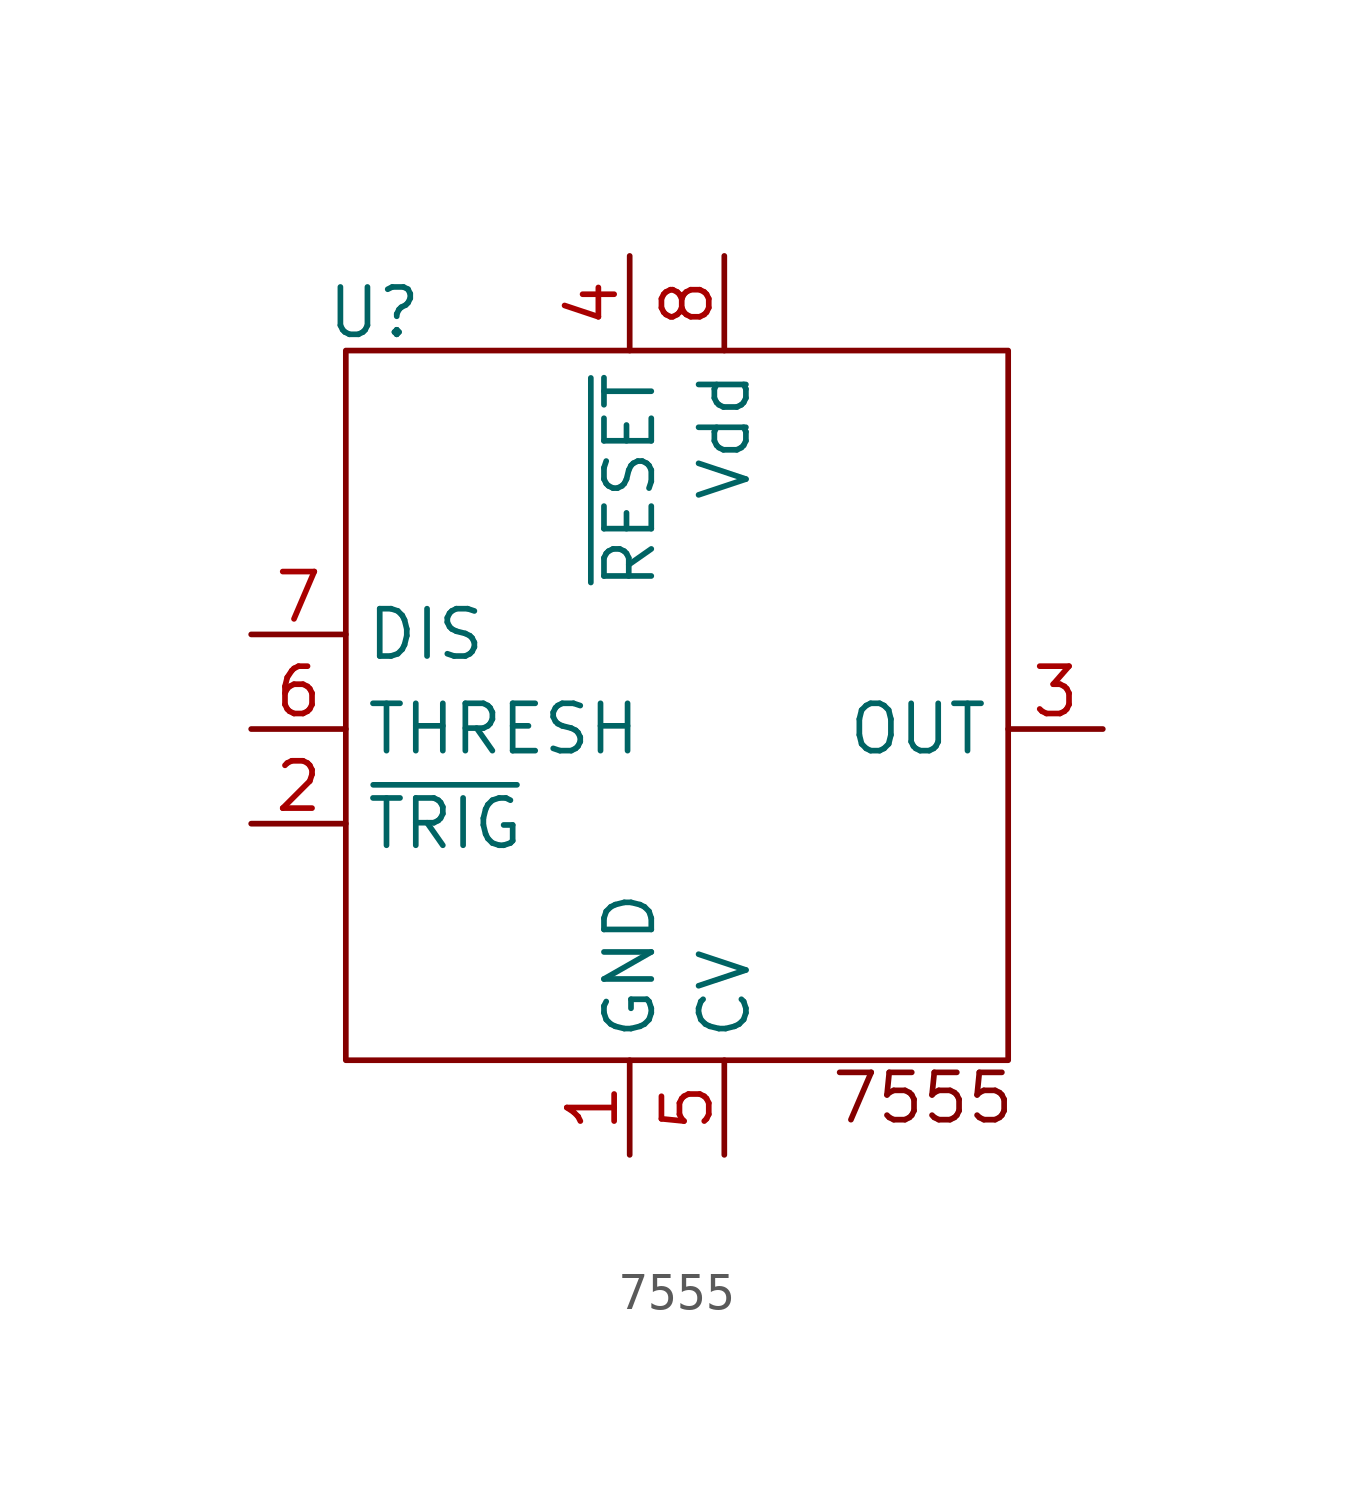
<source format=kicad_sym>
(kicad_symbol_lib
  (version 20231120)
  (generator "kicad_symbol_editor")
  (generator_version "8.0")
  (symbol "7555"
    (property "Reference" "U"
      (at -8.128 11.176 0)
      (effects (font (size 1.27 1.27))))
    (property "Value" ""
      (at 0 0 0)
      (effects (font (size 1.27 1.27))))
    (symbol "7555_0_1"
      (rectangle (start -8.89 10.16) (end 8.89 -8.89) (stroke (width 0) (type default)) (fill (type none))))
    (symbol "7555_1_1"
      (text "7555\n" (at 6.604 -9.906 0) (effects (font (size 1.27 1.27))))
      (pin input line (at -1.27 -11.43 90) (length 2.54) (name "GND" (effects (font (size 1.27 1.27)))) (number "1" (effects (font (size 1.27 1.27)))))
      (pin input line (at -11.43 -2.54 0) (length 2.54) (name "~{TRIG}" (effects (font (size 1.27 1.27)))) (number "2" (effects (font (size 1.27 1.27)))))
      (pin input line (at 11.43 0 180) (length 2.54) (name "OUT" (effects (font (size 1.27 1.27)))) (number "3" (effects (font (size 1.27 1.27)))))
      (pin input line (at -1.27 12.7 270) (length 2.54) (name "~{RESET}" (effects (font (size 1.27 1.27)))) (number "4" (effects (font (size 1.27 1.27)))))
      (pin input line (at 1.27 -11.43 90) (length 2.54) (name "CV" (effects (font (size 1.27 1.27)))) (number "5" (effects (font (size 1.27 1.27)))))
      (pin input line (at -11.43 0 0) (length 2.54) (name "THRESH" (effects (font (size 1.27 1.27)))) (number "6" (effects (font (size 1.27 1.27)))))
      (pin input line (at -11.43 2.54 0) (length 2.54) (name "DIS" (effects (font (size 1.27 1.27)))) (number "7" (effects (font (size 1.27 1.27)))))
      (pin input line (at 1.27 12.7 270) (length 2.54) (name "Vdd" (effects (font (size 1.27 1.27)))) (number "8" (effects (font (size 1.27 1.27))))))))
</source>
